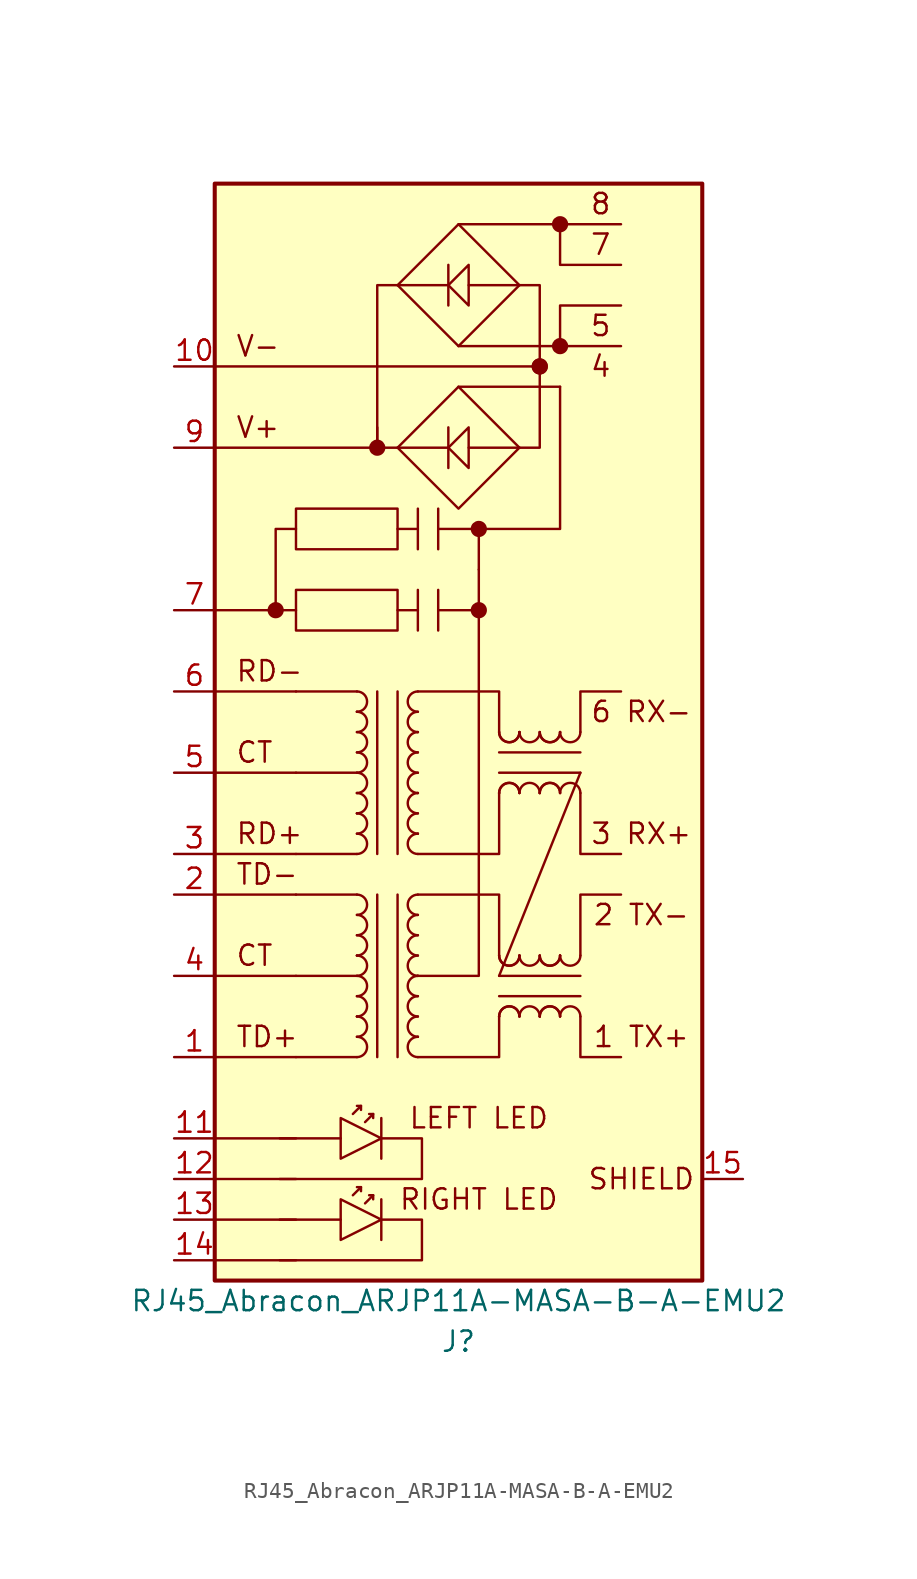
<source format=kicad_sym>
(kicad_symbol_lib
  (version 20220914)
  (generator kicad_symbol_editor)
  (symbol "RJ45_Abracon_ARJP11A-MASA-B-A-EMU2"
    (pin_names
      (offset 1.016) hide)
    (property "Reference" "J"
      (at 0 -38.1 0)
      (effects (font (size 1.27 1.27))))
    (property "Value" "RJ45_Abracon_ARJP11A-MASA-B-A-EMU2"
      (at 0 -35.56 0)
      (effects (font (size 1.27 1.27))))
    (symbol "RJ45_Abracon_ARJP11A-MASA-B-A-EMU2_0_0"
      (rectangle (start -15.24 -34.29) (end 15.24 34.29) (stroke (width 0.254) (type default)) (fill (type background)))
      (rectangle (start -3.81 8.89) (end -10.16 6.35) (stroke (width 0) (type default)) (fill (type none)))
      (polyline (pts (xy -15.24 -33.02) (xy -10.16 -33.02)) (stroke (width 0) (type default)) (fill (type none)))
      (polyline (pts (xy -15.24 -30.48) (xy -10.16 -30.48)) (stroke (width 0) (type default)) (fill (type none)))
      (polyline (pts (xy -15.24 -27.94) (xy -10.16 -27.94)) (stroke (width 0) (type default)) (fill (type none)))
      (polyline (pts (xy -15.24 -25.4) (xy -10.16 -25.4)) (stroke (width 0) (type default)) (fill (type none)))
      (polyline (pts (xy -15.24 -20.32) (xy -10.16 -20.32)) (stroke (width 0) (type default)) (fill (type none)))
      (polyline (pts (xy -15.24 -15.24) (xy -10.16 -15.24)) (stroke (width 0) (type default)) (fill (type none)))
      (polyline (pts (xy -15.24 -10.16) (xy -10.16 -10.16)) (stroke (width 0) (type default)) (fill (type none)))
      (polyline (pts (xy -15.24 -7.62) (xy -10.16 -7.62)) (stroke (width 0) (type default)) (fill (type none)))
      (polyline (pts (xy -15.24 -2.54) (xy -10.16 -2.54)) (stroke (width 0) (type default)) (fill (type none)))
      (polyline (pts (xy -15.24 2.54) (xy -10.16 2.54)) (stroke (width 0) (type default)) (fill (type none)))
      (polyline (pts (xy -15.24 22.86) (xy 5.08 22.86)) (stroke (width 0) (type default)) (fill (type none)))
      (polyline (pts (xy -11.43 7.62) (xy -15.24 7.62)) (stroke (width 0) (type default)) (fill (type none)))
      (polyline (pts (xy -11.176 -25.4) (xy -7.366 -25.4)) (stroke (width 0) (type default)) (fill (type none)))
      (polyline (pts (xy -10.16 7.62) (xy -11.43 7.62)) (stroke (width 0) (type default)) (fill (type none)))
      (polyline (pts (xy -5.08 17.78) (xy -15.24 17.78)) (stroke (width 0) (type default)) (fill (type none)))
      (polyline (pts (xy -5.08 17.78) (xy -3.81 17.78)) (stroke (width 0) (type default)) (fill (type none)))
      (polyline (pts (xy -5.08 19.05) (xy -5.08 17.78)) (stroke (width 0) (type default)) (fill (type none)))
      (polyline (pts (xy -3.81 7.62) (xy -2.54 7.62)) (stroke (width 0) (type default)) (fill (type none)))
      (polyline (pts (xy -3.81 12.7) (xy -2.54 12.7)) (stroke (width 0) (type default)) (fill (type none)))
      (polyline (pts (xy -2.54 8.89) (xy -2.54 6.35)) (stroke (width 0) (type default)) (fill (type none)))
      (polyline (pts (xy -1.27 8.89) (xy -1.27 6.35)) (stroke (width 0) (type default)) (fill (type none)))
      (polyline (pts (xy -1.27 13.97) (xy -1.27 11.43)) (stroke (width 0) (type default)) (fill (type none)))
      (polyline (pts (xy 0 21.59) (xy 6.35 21.59)) (stroke (width 0) (type default)) (fill (type none)))
      (polyline (pts (xy 0 24.13) (xy 10.16 24.13)) (stroke (width 0) (type default)) (fill (type none)))
      (polyline (pts (xy 0 31.75) (xy 10.16 31.75)) (stroke (width 0) (type default)) (fill (type none)))
      (polyline (pts (xy 1.27 10.16) (xy 1.27 12.7)) (stroke (width 0) (type default)) (fill (type none)))
      (polyline (pts (xy -10.16 12.7) (xy -11.43 12.7) (xy -11.43 7.62)) (stroke (width 0) (type default)) (fill (type none)))
      (polyline (pts (xy -3.81 27.94) (xy -5.08 27.94) (xy -5.08 17.78)) (stroke (width 0) (type default)) (fill (type none)))
      (polyline (pts (xy -1.27 12.7) (xy 0 12.7) (xy 1.27 12.7)) (stroke (width 0) (type default)) (fill (type none)))
      (polyline (pts (xy 1.27 12.7) (xy 6.35 12.7) (xy 6.35 21.59)) (stroke (width 0) (type default)) (fill (type none)))
      (polyline (pts (xy 6.35 24.13) (xy 6.35 26.67) (xy 10.16 26.67)) (stroke (width 0) (type default)) (fill (type none)))
      (polyline (pts (xy 6.35 31.75) (xy 6.35 29.21) (xy 10.16 29.21)) (stroke (width 0) (type default)) (fill (type none)))
      (polyline (pts (xy -4.826 -25.4) (xy -2.286 -25.4) (xy -2.286 -27.94) (xy -11.176 -27.94)) (stroke (width 0) (type default)) (fill (type none)))
      (polyline (pts (xy -2.54 -15.24) (xy -1.27 -15.24) (xy 1.27 -15.24) (xy 1.27 10.16)) (stroke (width 0) (type default)) (fill (type none)))
      (polyline (pts (xy 3.81 17.78) (xy 5.08 17.78) (xy 5.08 27.94) (xy 3.81 27.94)) (stroke (width 0) (type default)) (fill (type none)))
      (polyline (pts (xy -3.81 17.78) (xy 0 13.97) (xy 3.81 17.78) (xy 0 21.59) (xy -3.81 17.78)) (stroke (width 0) (type default)) (fill (type none)))
      (circle (center 1.27 7.62) (radius 0.0001) (stroke (width 0.508) (type default)) (fill (type none)))
      (text "1 TX+" (at 11.43 -19.05 0) (effects (font (size 1.27 1.27))))
      (text "2 TX-" (at 11.43 -11.43 0) (effects (font (size 1.27 1.27))))
      (text "3 RX+" (at 11.43 -6.35 0) (effects (font (size 1.27 1.27))))
      (text "4" (at 8.89 22.86 0) (effects (font (size 1.27 1.27))))
      (text "5" (at 8.89 25.4 0) (effects (font (size 1.27 1.27))))
      (text "6 RX-" (at 11.43 1.27 0) (effects (font (size 1.27 1.27))))
      (text "7" (at 8.89 30.48 0) (effects (font (size 1.27 1.27))))
      (text "8" (at 8.89 33.02 0) (effects (font (size 1.27 1.27))))
      (text "CT" (at -13.97 -1.27 0) (effects (font (size 1.27 1.27)) (justify left)))
      (text "LEFT LED" (at 1.27 -24.13 0) (effects (font (size 1.27 1.27))))
      (text "RD-" (at -13.97 3.81 0) (effects (font (size 1.27 1.27)) (justify left)))
      (text "SHIELD" (at 11.43 -27.94 0) (effects (font (size 1.27 1.27))))
      (text "V+" (at -13.97 19.05 0) (effects (font (size 1.27 1.27)) (justify left)))
      (text "V-" (at -13.97 24.13 0) (effects (font (size 1.27 1.27)) (justify left))))
    (symbol "RJ45_Abracon_ARJP11A-MASA-B-A-EMU2_0_1"
      (arc (start -6.35 -16.51) (mid -5.7177 -15.875) (end -6.35 -15.24) (stroke (width 0) (type default)) (fill (type none)))
      (arc (start -6.35 -15.24) (mid -5.7177 -14.605) (end -6.35 -13.97) (stroke (width 0) (type default)) (fill (type none)))
      (arc (start -6.35 -13.97) (mid -6.35 -13.97) (end -6.35 -13.97) (stroke (width 0) (type default)) (fill (type none)))
      (arc (start -6.35 -11.43) (mid -5.7177 -10.795) (end -6.35 -10.16) (stroke (width 0) (type default)) (fill (type none)))
      (polyline (pts (xy -6.35 -20.32) (xy -10.16 -20.32)) (stroke (width 0) (type default)) (fill (type none)))
      (polyline (pts (xy -6.35 -15.24) (xy -10.16 -15.24)) (stroke (width 0) (type default)) (fill (type none)))
      (polyline (pts (xy -6.35 -10.16) (xy -10.16 -10.16)) (stroke (width 0) (type default)) (fill (type none)))
      (polyline (pts (xy -6.35 -7.62) (xy -10.16 -7.62)) (stroke (width 0) (type default)) (fill (type none)))
      (polyline (pts (xy -6.35 -2.54) (xy -10.16 -2.54)) (stroke (width 0) (type default)) (fill (type none)))
      (polyline (pts (xy -6.35 2.54) (xy -10.16 2.54)) (stroke (width 0) (type default)) (fill (type none)))
      (polyline (pts (xy -6.096 -28.448) (xy -6.35 -28.448)) (stroke (width 0) (type default)) (fill (type none)))
      (polyline (pts (xy -5.334 -28.956) (xy -5.588 -28.956)) (stroke (width 0) (type default)) (fill (type none)))
      (polyline (pts (xy -4.826 -24.13) (xy -4.826 -26.67)) (stroke (width 0) (type default)) (fill (type none)))
      (polyline (pts (xy -1.27 7.62) (xy 1.27 7.62)) (stroke (width 0) (type default)) (fill (type none)))
      (polyline (pts (xy -0.635 17.78) (xy -3.81 17.78)) (stroke (width 0) (type default)) (fill (type none)))
      (polyline (pts (xy -0.635 19.05) (xy -0.635 16.51)) (stroke (width 0) (type default)) (fill (type none)))
      (polyline (pts (xy 0.635 17.78) (xy 3.81 17.78)) (stroke (width 0) (type default)) (fill (type none)))
      (polyline (pts (xy -6.604 -28.956) (xy -6.096 -28.448) (xy -6.096 -28.702)) (stroke (width 0) (type default)) (fill (type none)))
      (polyline (pts (xy -5.842 -29.464) (xy -5.334 -28.956) (xy -5.334 -29.21)) (stroke (width 0) (type default)) (fill (type none)))
      (polyline (pts (xy -7.366 -24.13) (xy -7.366 -26.67) (xy -4.826 -25.4) (xy -7.366 -24.13)) (stroke (width 0) (type default)) (fill (type none)))
      (polyline (pts (xy 0.635 19.05) (xy 0.635 16.51) (xy -0.635 17.78) (xy 0.635 19.05)) (stroke (width 0) (type default)) (fill (type none))))
    (symbol "RJ45_Abracon_ARJP11A-MASA-B-A-EMU2_1_1"
      (circle (center -11.43 7.62) (radius 0.0001) (stroke (width 0.508) (type default)) (fill (type none)))
      (arc (start -6.35 -20.32) (mid -5.7177 -19.685) (end -6.35 -19.05) (stroke (width 0) (type default)) (fill (type none)))
      (arc (start -6.35 -19.05) (mid -5.7177 -18.415) (end -6.35 -17.78) (stroke (width 0) (type default)) (fill (type none)))
      (arc (start -6.35 -17.78) (mid -6.35 -17.78) (end -6.35 -17.78) (stroke (width 0) (type default)) (fill (type none)))
      (arc (start -6.35 -17.78) (mid -5.7177 -17.145) (end -6.35 -16.51) (stroke (width 0) (type default)) (fill (type none)))
      (arc (start -6.35 -13.97) (mid -5.7177 -13.335) (end -6.35 -12.7) (stroke (width 0) (type default)) (fill (type none)))
      (arc (start -6.35 -12.7) (mid -5.7177 -12.065) (end -6.35 -11.43) (stroke (width 0) (type default)) (fill (type none)))
      (arc (start -6.35 -7.62) (mid -5.7177 -6.985) (end -6.35 -6.35) (stroke (width 0) (type default)) (fill (type none)))
      (arc (start -6.35 -6.35) (mid -5.7177 -5.715) (end -6.35 -5.08) (stroke (width 0) (type default)) (fill (type none)))
      (arc (start -6.35 -5.08) (mid -6.35 -5.08) (end -6.35 -5.08) (stroke (width 0) (type default)) (fill (type none)))
      (arc (start -6.35 -5.08) (mid -5.7177 -4.445) (end -6.35 -3.81) (stroke (width 0) (type default)) (fill (type none)))
      (arc (start -6.35 -3.81) (mid -6.35 -3.81) (end -6.35 -3.81) (stroke (width 0) (type default)) (fill (type none)))
      (arc (start -6.35 -3.81) (mid -5.7177 -3.175) (end -6.35 -2.54) (stroke (width 0) (type default)) (fill (type none)))
      (arc (start -6.35 -2.54) (mid -5.7177 -1.905) (end -6.35 -1.27) (stroke (width 0) (type default)) (fill (type none)))
      (arc (start -6.35 -1.27) (mid -5.7177 -0.635) (end -6.35 0) (stroke (width 0) (type default)) (fill (type none)))
      (arc (start -6.35 0) (mid -5.7177 0.635) (end -6.35 1.27) (stroke (width 0) (type default)) (fill (type none)))
      (arc (start -6.35 1.27) (mid -6.35 1.27) (end -6.35 1.27) (stroke (width 0) (type default)) (fill (type none)))
      (arc (start -6.35 1.27) (mid -5.7177 1.905) (end -6.35 2.54) (stroke (width 0) (type default)) (fill (type none)))
      (circle (center -5.08 17.78) (radius 0.0001) (stroke (width 0.508) (type default)) (fill (type none)))
      (rectangle (start -3.81 13.97) (end -10.16 11.43) (stroke (width 0) (type default)) (fill (type none)))
      (arc (start -2.54 -19.05) (mid -3.1723 -19.685) (end -2.54 -20.32) (stroke (width 0) (type default)) (fill (type none)))
      (arc (start -2.54 -19.05) (mid -2.54 -19.05) (end -2.54 -19.05) (stroke (width 0) (type default)) (fill (type none)))
      (arc (start -2.54 -17.78) (mid -3.1723 -18.415) (end -2.54 -19.05) (stroke (width 0) (type default)) (fill (type none)))
      (arc (start -2.54 -16.51) (mid -3.1723 -17.145) (end -2.54 -17.78) (stroke (width 0) (type default)) (fill (type none)))
      (arc (start -2.54 -15.24) (mid -3.1723 -15.875) (end -2.54 -16.51) (stroke (width 0) (type default)) (fill (type none)))
      (arc (start -2.54 -15.24) (mid -2.54 -15.24) (end -2.54 -15.24) (stroke (width 0) (type default)) (fill (type none)))
      (arc (start -2.54 -13.97) (mid -3.1723 -14.605) (end -2.54 -15.24) (stroke (width 0) (type default)) (fill (type none)))
      (arc (start -2.54 -12.7) (mid -3.1723 -13.335) (end -2.54 -13.97) (stroke (width 0) (type default)) (fill (type none)))
      (arc (start -2.54 -11.43) (mid -3.1723 -12.065) (end -2.54 -12.7) (stroke (width 0) (type default)) (fill (type none)))
      (arc (start -2.54 -10.16) (mid -3.1723 -10.795) (end -2.54 -11.43) (stroke (width 0) (type default)) (fill (type none)))
      (arc (start -2.54 -6.35) (mid -3.1723 -6.985) (end -2.54 -7.62) (stroke (width 0) (type default)) (fill (type none)))
      (arc (start -2.54 -6.35) (mid -2.54 -6.35) (end -2.54 -6.35) (stroke (width 0) (type default)) (fill (type none)))
      (arc (start -2.54 -5.08) (mid -3.1723 -5.715) (end -2.54 -6.35) (stroke (width 0) (type default)) (fill (type none)))
      (arc (start -2.54 -3.81) (mid -3.1723 -4.445) (end -2.54 -5.08) (stroke (width 0) (type default)) (fill (type none)))
      (arc (start -2.54 -3.81) (mid -2.54 -3.81) (end -2.54 -3.81) (stroke (width 0) (type default)) (fill (type none)))
      (arc (start -2.54 -2.54) (mid -3.1723 -3.175) (end -2.54 -3.81) (stroke (width 0) (type default)) (fill (type none)))
      (arc (start -2.54 -1.27) (mid -3.1723 -1.905) (end -2.54 -2.54) (stroke (width 0) (type default)) (fill (type none)))
      (arc (start -2.54 0) (mid -3.1723 -0.635) (end -2.54 -1.27) (stroke (width 0) (type default)) (fill (type none)))
      (arc (start -2.54 0) (mid -2.54 0) (end -2.54 0) (stroke (width 0) (type default)) (fill (type none)))
      (arc (start -2.54 1.27) (mid -3.1723 0.635) (end -2.54 0) (stroke (width 0) (type default)) (fill (type none)))
      (arc (start -2.54 2.54) (mid -3.1723 1.905) (end -2.54 1.27) (stroke (width 0) (type default)) (fill (type none)))
      (polyline (pts (xy -11.176 -30.48) (xy -7.366 -30.48)) (stroke (width 0) (type default)) (fill (type none)))
      (polyline (pts (xy -6.096 -23.368) (xy -6.35 -23.368)) (stroke (width 0) (type default)) (fill (type none)))
      (polyline (pts (xy -5.334 -23.876) (xy -5.588 -23.876)) (stroke (width 0) (type default)) (fill (type none)))
      (polyline (pts (xy -5.08 -10.16) (xy -5.08 -20.32)) (stroke (width 0) (type default)) (fill (type none)))
      (polyline (pts (xy -5.08 2.54) (xy -5.08 -7.62)) (stroke (width 0) (type default)) (fill (type none)))
      (polyline (pts (xy -4.826 -29.21) (xy -4.826 -31.75)) (stroke (width 0) (type default)) (fill (type none)))
      (polyline (pts (xy -3.81 -20.32) (xy -3.81 -10.16)) (stroke (width 0) (type default)) (fill (type none)))
      (polyline (pts (xy -3.81 -7.62) (xy -3.81 2.54)) (stroke (width 0) (type default)) (fill (type none)))
      (polyline (pts (xy -2.54 13.97) (xy -2.54 11.43)) (stroke (width 0) (type default)) (fill (type none)))
      (polyline (pts (xy -0.635 27.94) (xy -3.81 27.94)) (stroke (width 0) (type default)) (fill (type none)))
      (polyline (pts (xy -0.635 29.21) (xy -0.635 26.67)) (stroke (width 0) (type default)) (fill (type none)))
      (polyline (pts (xy 0.635 27.94) (xy 3.81 27.94)) (stroke (width 0) (type default)) (fill (type none)))
      (polyline (pts (xy 2.54 -16.51) (xy 7.62 -16.51)) (stroke (width 0) (type default)) (fill (type none)))
      (polyline (pts (xy 2.54 -15.24) (xy 7.62 -2.54)) (stroke (width 0) (type default)) (fill (type none)))
      (polyline (pts (xy 2.54 -2.54) (xy 7.62 -2.54)) (stroke (width 0) (type default)) (fill (type none)))
      (polyline (pts (xy 7.62 -15.24) (xy 2.54 -15.24)) (stroke (width 0) (type default)) (fill (type none)))
      (polyline (pts (xy 7.62 -1.27) (xy 2.54 -1.27)) (stroke (width 0) (type default)) (fill (type none)))
      (polyline (pts (xy -6.604 -23.876) (xy -6.096 -23.368) (xy -6.096 -23.622)) (stroke (width 0) (type default)) (fill (type none)))
      (polyline (pts (xy -5.842 -24.384) (xy -5.334 -23.876) (xy -5.334 -24.13)) (stroke (width 0) (type default)) (fill (type none)))
      (polyline (pts (xy -2.54 -10.16) (xy 2.54 -10.16) (xy 2.54 -13.97)) (stroke (width 0) (type default)) (fill (type none)))
      (polyline (pts (xy -2.54 -7.62) (xy 2.54 -7.62) (xy 2.54 -3.81)) (stroke (width 0) (type default)) (fill (type none)))
      (polyline (pts (xy -2.54 2.54) (xy 2.54 2.54) (xy 2.54 0)) (stroke (width 0) (type default)) (fill (type none)))
      (polyline (pts (xy 2.54 -17.78) (xy 2.54 -20.32) (xy -2.54 -20.32)) (stroke (width 0) (type default)) (fill (type none)))
      (polyline (pts (xy 7.62 -17.78) (xy 7.62 -20.32) (xy 10.16 -20.32)) (stroke (width 0) (type default)) (fill (type none)))
      (polyline (pts (xy 7.62 -13.97) (xy 7.62 -10.16) (xy 10.16 -10.16)) (stroke (width 0) (type default)) (fill (type none)))
      (polyline (pts (xy 7.62 -3.81) (xy 7.62 -7.62) (xy 10.16 -7.62)) (stroke (width 0) (type default)) (fill (type none)))
      (polyline (pts (xy 7.62 0) (xy 7.62 2.54) (xy 10.16 2.54)) (stroke (width 0) (type default)) (fill (type none)))
      (polyline (pts (xy -7.366 -29.21) (xy -7.366 -31.75) (xy -4.826 -30.48) (xy -7.366 -29.21)) (stroke (width 0) (type default)) (fill (type none)))
      (polyline (pts (xy -4.826 -30.48) (xy -2.286 -30.48) (xy -2.286 -33.02) (xy -11.176 -33.02)) (stroke (width 0) (type default)) (fill (type none)))
      (polyline (pts (xy 0.635 29.21) (xy 0.635 26.67) (xy -0.635 27.94) (xy 0.635 29.21)) (stroke (width 0) (type default)) (fill (type none)))
      (polyline (pts (xy -3.81 27.94) (xy 0 24.13) (xy 3.81 27.94) (xy 0 31.75) (xy -3.81 27.94)) (stroke (width 0) (type default)) (fill (type none)))
      (circle (center 1.27 12.7) (radius 0.0001) (stroke (width 0.508) (type default)) (fill (type none)))
      (arc (start 2.54 -17.78) (mid 2.54 -17.78) (end 2.54 -17.78) (stroke (width 0) (type default)) (fill (type none)))
      (arc (start 2.54 -13.97) (mid 3.175 -14.6023) (end 3.81 -13.97) (stroke (width 0) (type default)) (fill (type none)))
      (arc (start 2.54 -13.97) (mid 3.175 -14.6023) (end 3.81 -13.97) (stroke (width 0) (type default)) (fill (type none)))
      (arc (start 2.54 -3.81) (mid 2.54 -3.81) (end 2.54 -3.81) (stroke (width 0) (type default)) (fill (type none)))
      (arc (start 2.54 0) (mid 3.175 -0.6323) (end 3.81 0) (stroke (width 0) (type default)) (fill (type none)))
      (arc (start 2.54 0) (mid 3.175 -0.6323) (end 3.81 0) (stroke (width 0) (type default)) (fill (type none)))
      (arc (start 3.81 -17.78) (mid 3.175 -17.1477) (end 2.54 -17.78) (stroke (width 0) (type default)) (fill (type none)))
      (arc (start 3.81 -17.78) (mid 3.175 -17.1477) (end 2.54 -17.78) (stroke (width 0) (type default)) (fill (type none)))
      (arc (start 3.81 -13.97) (mid 3.81 -13.97) (end 3.81 -13.97) (stroke (width 0) (type default)) (fill (type none)))
      (arc (start 3.81 -13.97) (mid 4.445 -14.6023) (end 5.08 -13.97) (stroke (width 0) (type default)) (fill (type none)))
      (arc (start 3.81 -3.81) (mid 3.175 -3.1777) (end 2.54 -3.81) (stroke (width 0) (type default)) (fill (type none)))
      (arc (start 3.81 -3.81) (mid 3.175 -3.1777) (end 2.54 -3.81) (stroke (width 0) (type default)) (fill (type none)))
      (arc (start 3.81 0) (mid 3.81 0) (end 3.81 0) (stroke (width 0) (type default)) (fill (type none)))
      (arc (start 3.81 0) (mid 4.445 -0.6323) (end 5.08 0) (stroke (width 0) (type default)) (fill (type none)))
      (arc (start 5.08 -17.78) (mid 4.445 -17.1477) (end 3.81 -17.78) (stroke (width 0) (type default)) (fill (type none)))
      (arc (start 5.08 -17.78) (mid 5.08 -17.78) (end 5.08 -17.78) (stroke (width 0) (type default)) (fill (type none)))
      (arc (start 5.08 -13.97) (mid 5.715 -14.6023) (end 6.35 -13.97) (stroke (width 0) (type default)) (fill (type none)))
      (arc (start 5.08 -13.97) (mid 5.715 -14.6023) (end 6.35 -13.97) (stroke (width 0) (type default)) (fill (type none)))
      (arc (start 5.08 -3.81) (mid 4.445 -3.1777) (end 3.81 -3.81) (stroke (width 0) (type default)) (fill (type none)))
      (arc (start 5.08 -3.81) (mid 5.08 -3.81) (end 5.08 -3.81) (stroke (width 0) (type default)) (fill (type none)))
      (arc (start 5.08 0) (mid 5.715 -0.6323) (end 6.35 0) (stroke (width 0) (type default)) (fill (type none)))
      (arc (start 5.08 0) (mid 5.715 -0.6323) (end 6.35 0) (stroke (width 0) (type default)) (fill (type none)))
      (circle (center 5.08 22.86) (radius 0.0001) (stroke (width 0.508) (type default)) (fill (type none)))
      (circle (center 5.08 22.86) (radius 0.0001) (stroke (width 0.508) (type default)) (fill (type none)))
      (arc (start 6.35 -17.78) (mid 5.715 -17.1477) (end 5.08 -17.78) (stroke (width 0) (type default)) (fill (type none)))
      (arc (start 6.35 -17.78) (mid 5.715 -17.1477) (end 5.08 -17.78) (stroke (width 0) (type default)) (fill (type none)))
      (arc (start 6.35 -13.97) (mid 6.35 -13.97) (end 6.35 -13.97) (stroke (width 0) (type default)) (fill (type none)))
      (arc (start 6.35 -13.97) (mid 6.985 -14.6023) (end 7.62 -13.97) (stroke (width 0) (type default)) (fill (type none)))
      (arc (start 6.35 -3.81) (mid 5.715 -3.1777) (end 5.08 -3.81) (stroke (width 0) (type default)) (fill (type none)))
      (arc (start 6.35 -3.81) (mid 5.715 -3.1777) (end 5.08 -3.81) (stroke (width 0) (type default)) (fill (type none)))
      (arc (start 6.35 0) (mid 6.35 0) (end 6.35 0) (stroke (width 0) (type default)) (fill (type none)))
      (arc (start 6.35 0) (mid 6.985 -0.6323) (end 7.62 0) (stroke (width 0) (type default)) (fill (type none)))
      (circle (center 6.35 24.13) (radius 0.0001) (stroke (width 0.508) (type default)) (fill (type none)))
      (circle (center 6.35 31.75) (radius 0.0001) (stroke (width 0.508) (type default)) (fill (type none)))
      (arc (start 7.62 -17.78) (mid 6.985 -17.1477) (end 6.35 -17.78) (stroke (width 0) (type default)) (fill (type none)))
      (arc (start 7.62 -3.81) (mid 6.985 -3.1777) (end 6.35 -3.81) (stroke (width 0) (type default)) (fill (type none)))
      (text "CT" (at -13.97 -13.97 0) (effects (font (size 1.27 1.27)) (justify left)))
      (text "RD+" (at -13.97 -6.35 0) (effects (font (size 1.27 1.27)) (justify left)))
      (text "RIGHT LED" (at 1.27 -29.21 0) (effects (font (size 1.27 1.27))))
      (text "TD+" (at -13.97 -19.05 0) (effects (font (size 1.27 1.27)) (justify left)))
      (text "TD-" (at -13.97 -8.89 0) (effects (font (size 1.27 1.27)) (justify left)))
      (pin passive line (at -17.78 -20.32 0) (length 2.54) (name "TD+" (effects (font (size 1.27 1.27)))) (number "1" (effects (font (size 1.27 1.27)))))
      (pin power_out line (at -17.78 22.86 0) (length 2.54) (name "V-" (effects (font (size 1.27 1.27)))) (number "10" (effects (font (size 1.27 1.27)))))
      (pin passive line (at -17.78 -25.4 0) (length 2.54) (name "LLED+" (effects (font (size 1.27 1.27)))) (number "11" (effects (font (size 1.27 1.27)))))
      (pin passive line (at -17.78 -27.94 0) (length 2.54) (name "LLED-" (effects (font (size 1.27 1.27)))) (number "12" (effects (font (size 1.27 1.27)))))
      (pin passive line (at -17.78 -30.48 0) (length 2.54) (name "RLED+" (effects (font (size 1.27 1.27)))) (number "13" (effects (font (size 1.27 1.27)))))
      (pin passive line (at -17.78 -33.02 0) (length 2.54) (name "RLED-" (effects (font (size 1.27 1.27)))) (number "14" (effects (font (size 1.27 1.27)))))
      (pin passive line (at 17.78 -27.94 180) (length 2.54) (name "SHIELD" (effects (font (size 1.27 1.27)))) (number "15" (effects (font (size 1.27 1.27)))))
      (pin passive line (at -17.78 -10.16 0) (length 2.54) (name "TD-" (effects (font (size 1.27 1.27)))) (number "2" (effects (font (size 1.27 1.27)))))
      (pin passive line (at -17.78 -7.62 0) (length 2.54) (name "RD+" (effects (font (size 1.27 1.27)))) (number "3" (effects (font (size 1.27 1.27)))))
      (pin passive line (at -17.78 -15.24 0) (length 2.54) (name "CT" (effects (font (size 1.27 1.27)))) (number "4" (effects (font (size 1.27 1.27)))))
      (pin passive line (at -17.78 -2.54 0) (length 2.54) (name "CT" (effects (font (size 1.27 1.27)))) (number "5" (effects (font (size 1.27 1.27)))))
      (pin passive line (at -17.78 2.54 0) (length 2.54) (name "RD-" (effects (font (size 1.27 1.27)))) (number "6" (effects (font (size 1.27 1.27)))))
      (pin passive line (at -17.78 7.62 0) (length 2.54) (name "7" (effects (font (size 1.27 1.27)))) (number "7" (effects (font (size 1.27 1.27)))))
      (pin power_out line (at -17.78 17.78 0) (length 2.54) (name "V+" (effects (font (size 1.27 1.27)))) (number "9" (effects (font (size 1.27 1.27))))))))
</source>
